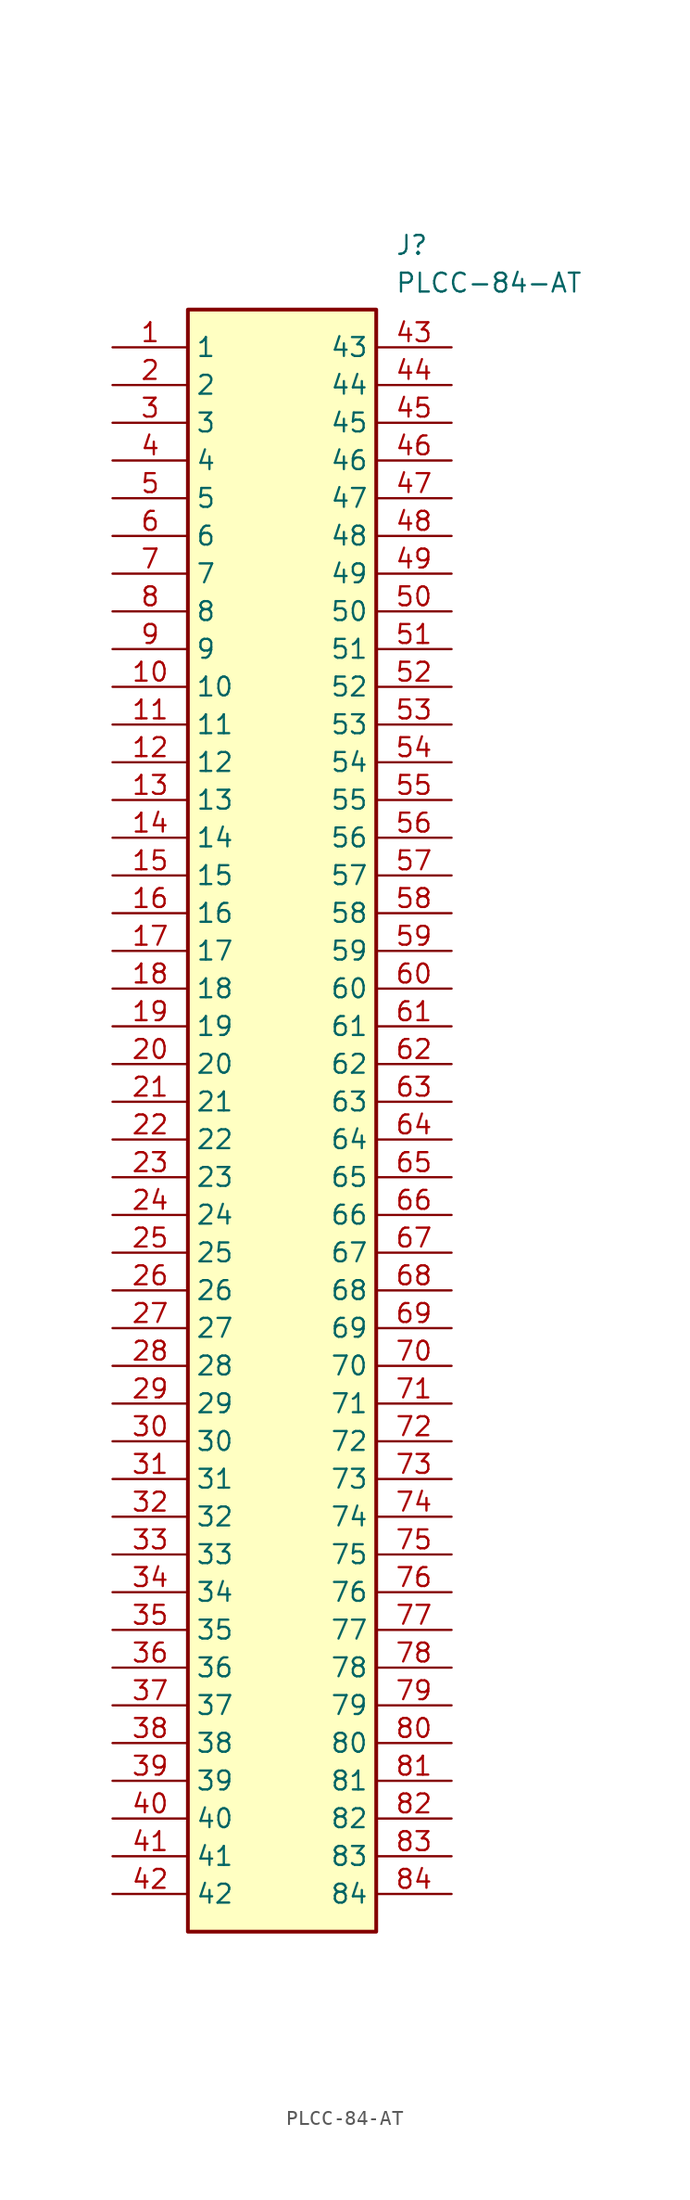
<source format=kicad_sym>
(kicad_symbol_lib
  (version 20211014)
  (generator SamacSys_ECAD_Model)
  (symbol "PLCC-84-AT"
    (property "Reference" "J"
      (at 19.05 7.62 0)
      (effects (font (size 1.27 1.27)) (justify left top)))
    (property "Value" "PLCC-84-AT"
      (at 19.05 5.08 0)
      (effects (font (size 1.27 1.27)) (justify left top)))
    (rectangle
      (start 5.08 2.54)
      (end 17.78 -106.68)
      (stroke (width 0.254) (type default))
      (fill (type background)))
    (pin passive line
      (at 0 0 0)
      (length 5.08)
      (name "1" (effects (font (size 1.27 1.27))))
      (number "1" (effects (font (size 1.27 1.27)))))
    (pin passive line
      (at 0 -2.54 0)
      (length 5.08)
      (name "2" (effects (font (size 1.27 1.27))))
      (number "2" (effects (font (size 1.27 1.27)))))
    (pin passive line
      (at 0 -5.08 0)
      (length 5.08)
      (name "3" (effects (font (size 1.27 1.27))))
      (number "3" (effects (font (size 1.27 1.27)))))
    (pin passive line
      (at 0 -7.62 0)
      (length 5.08)
      (name "4" (effects (font (size 1.27 1.27))))
      (number "4" (effects (font (size 1.27 1.27)))))
    (pin passive line
      (at 0 -10.16 0)
      (length 5.08)
      (name "5" (effects (font (size 1.27 1.27))))
      (number "5" (effects (font (size 1.27 1.27)))))
    (pin passive line
      (at 0 -12.7 0)
      (length 5.08)
      (name "6" (effects (font (size 1.27 1.27))))
      (number "6" (effects (font (size 1.27 1.27)))))
    (pin passive line
      (at 0 -15.24 0)
      (length 5.08)
      (name "7" (effects (font (size 1.27 1.27))))
      (number "7" (effects (font (size 1.27 1.27)))))
    (pin passive line
      (at 0 -17.78 0)
      (length 5.08)
      (name "8" (effects (font (size 1.27 1.27))))
      (number "8" (effects (font (size 1.27 1.27)))))
    (pin passive line
      (at 0 -20.32 0)
      (length 5.08)
      (name "9" (effects (font (size 1.27 1.27))))
      (number "9" (effects (font (size 1.27 1.27)))))
    (pin passive line
      (at 0 -22.86 0)
      (length 5.08)
      (name "10" (effects (font (size 1.27 1.27))))
      (number "10" (effects (font (size 1.27 1.27)))))
    (pin passive line
      (at 0 -25.4 0)
      (length 5.08)
      (name "11" (effects (font (size 1.27 1.27))))
      (number "11" (effects (font (size 1.27 1.27)))))
    (pin passive line
      (at 0 -27.94 0)
      (length 5.08)
      (name "12" (effects (font (size 1.27 1.27))))
      (number "12" (effects (font (size 1.27 1.27)))))
    (pin passive line
      (at 0 -30.48 0)
      (length 5.08)
      (name "13" (effects (font (size 1.27 1.27))))
      (number "13" (effects (font (size 1.27 1.27)))))
    (pin passive line
      (at 0 -33.02 0)
      (length 5.08)
      (name "14" (effects (font (size 1.27 1.27))))
      (number "14" (effects (font (size 1.27 1.27)))))
    (pin passive line
      (at 0 -35.56 0)
      (length 5.08)
      (name "15" (effects (font (size 1.27 1.27))))
      (number "15" (effects (font (size 1.27 1.27)))))
    (pin passive line
      (at 0 -38.1 0)
      (length 5.08)
      (name "16" (effects (font (size 1.27 1.27))))
      (number "16" (effects (font (size 1.27 1.27)))))
    (pin passive line
      (at 0 -40.64 0)
      (length 5.08)
      (name "17" (effects (font (size 1.27 1.27))))
      (number "17" (effects (font (size 1.27 1.27)))))
    (pin passive line
      (at 0 -43.18 0)
      (length 5.08)
      (name "18" (effects (font (size 1.27 1.27))))
      (number "18" (effects (font (size 1.27 1.27)))))
    (pin passive line
      (at 0 -45.72 0)
      (length 5.08)
      (name "19" (effects (font (size 1.27 1.27))))
      (number "19" (effects (font (size 1.27 1.27)))))
    (pin passive line
      (at 0 -48.26 0)
      (length 5.08)
      (name "20" (effects (font (size 1.27 1.27))))
      (number "20" (effects (font (size 1.27 1.27)))))
    (pin passive line
      (at 0 -50.8 0)
      (length 5.08)
      (name "21" (effects (font (size 1.27 1.27))))
      (number "21" (effects (font (size 1.27 1.27)))))
    (pin passive line
      (at 0 -53.34 0)
      (length 5.08)
      (name "22" (effects (font (size 1.27 1.27))))
      (number "22" (effects (font (size 1.27 1.27)))))
    (pin passive line
      (at 0 -55.88 0)
      (length 5.08)
      (name "23" (effects (font (size 1.27 1.27))))
      (number "23" (effects (font (size 1.27 1.27)))))
    (pin passive line
      (at 0 -58.42 0)
      (length 5.08)
      (name "24" (effects (font (size 1.27 1.27))))
      (number "24" (effects (font (size 1.27 1.27)))))
    (pin passive line
      (at 0 -60.96 0)
      (length 5.08)
      (name "25" (effects (font (size 1.27 1.27))))
      (number "25" (effects (font (size 1.27 1.27)))))
    (pin passive line
      (at 0 -63.5 0)
      (length 5.08)
      (name "26" (effects (font (size 1.27 1.27))))
      (number "26" (effects (font (size 1.27 1.27)))))
    (pin passive line
      (at 0 -66.04 0)
      (length 5.08)
      (name "27" (effects (font (size 1.27 1.27))))
      (number "27" (effects (font (size 1.27 1.27)))))
    (pin passive line
      (at 0 -68.58 0)
      (length 5.08)
      (name "28" (effects (font (size 1.27 1.27))))
      (number "28" (effects (font (size 1.27 1.27)))))
    (pin passive line
      (at 0 -71.12 0)
      (length 5.08)
      (name "29" (effects (font (size 1.27 1.27))))
      (number "29" (effects (font (size 1.27 1.27)))))
    (pin passive line
      (at 0 -73.66 0)
      (length 5.08)
      (name "30" (effects (font (size 1.27 1.27))))
      (number "30" (effects (font (size 1.27 1.27)))))
    (pin passive line
      (at 0 -76.2 0)
      (length 5.08)
      (name "31" (effects (font (size 1.27 1.27))))
      (number "31" (effects (font (size 1.27 1.27)))))
    (pin passive line
      (at 0 -78.74 0)
      (length 5.08)
      (name "32" (effects (font (size 1.27 1.27))))
      (number "32" (effects (font (size 1.27 1.27)))))
    (pin passive line
      (at 0 -81.28 0)
      (length 5.08)
      (name "33" (effects (font (size 1.27 1.27))))
      (number "33" (effects (font (size 1.27 1.27)))))
    (pin passive line
      (at 0 -83.82 0)
      (length 5.08)
      (name "34" (effects (font (size 1.27 1.27))))
      (number "34" (effects (font (size 1.27 1.27)))))
    (pin passive line
      (at 0 -86.36 0)
      (length 5.08)
      (name "35" (effects (font (size 1.27 1.27))))
      (number "35" (effects (font (size 1.27 1.27)))))
    (pin passive line
      (at 0 -88.9 0)
      (length 5.08)
      (name "36" (effects (font (size 1.27 1.27))))
      (number "36" (effects (font (size 1.27 1.27)))))
    (pin passive line
      (at 0 -91.44 0)
      (length 5.08)
      (name "37" (effects (font (size 1.27 1.27))))
      (number "37" (effects (font (size 1.27 1.27)))))
    (pin passive line
      (at 0 -93.98 0)
      (length 5.08)
      (name "38" (effects (font (size 1.27 1.27))))
      (number "38" (effects (font (size 1.27 1.27)))))
    (pin passive line
      (at 0 -96.52 0)
      (length 5.08)
      (name "39" (effects (font (size 1.27 1.27))))
      (number "39" (effects (font (size 1.27 1.27)))))
    (pin passive line
      (at 0 -99.06 0)
      (length 5.08)
      (name "40" (effects (font (size 1.27 1.27))))
      (number "40" (effects (font (size 1.27 1.27)))))
    (pin passive line
      (at 0 -101.6 0)
      (length 5.08)
      (name "41" (effects (font (size 1.27 1.27))))
      (number "41" (effects (font (size 1.27 1.27)))))
    (pin passive line
      (at 0 -104.14 0)
      (length 5.08)
      (name "42" (effects (font (size 1.27 1.27))))
      (number "42" (effects (font (size 1.27 1.27)))))
    (pin passive line
      (at 22.86 0 180)
      (length 5.08)
      (name "43" (effects (font (size 1.27 1.27))))
      (number "43" (effects (font (size 1.27 1.27)))))
    (pin passive line
      (at 22.86 -2.54 180)
      (length 5.08)
      (name "44" (effects (font (size 1.27 1.27))))
      (number "44" (effects (font (size 1.27 1.27)))))
    (pin passive line
      (at 22.86 -5.08 180)
      (length 5.08)
      (name "45" (effects (font (size 1.27 1.27))))
      (number "45" (effects (font (size 1.27 1.27)))))
    (pin passive line
      (at 22.86 -7.62 180)
      (length 5.08)
      (name "46" (effects (font (size 1.27 1.27))))
      (number "46" (effects (font (size 1.27 1.27)))))
    (pin passive line
      (at 22.86 -10.16 180)
      (length 5.08)
      (name "47" (effects (font (size 1.27 1.27))))
      (number "47" (effects (font (size 1.27 1.27)))))
    (pin passive line
      (at 22.86 -12.7 180)
      (length 5.08)
      (name "48" (effects (font (size 1.27 1.27))))
      (number "48" (effects (font (size 1.27 1.27)))))
    (pin passive line
      (at 22.86 -15.24 180)
      (length 5.08)
      (name "49" (effects (font (size 1.27 1.27))))
      (number "49" (effects (font (size 1.27 1.27)))))
    (pin passive line
      (at 22.86 -17.78 180)
      (length 5.08)
      (name "50" (effects (font (size 1.27 1.27))))
      (number "50" (effects (font (size 1.27 1.27)))))
    (pin passive line
      (at 22.86 -20.32 180)
      (length 5.08)
      (name "51" (effects (font (size 1.27 1.27))))
      (number "51" (effects (font (size 1.27 1.27)))))
    (pin passive line
      (at 22.86 -22.86 180)
      (length 5.08)
      (name "52" (effects (font (size 1.27 1.27))))
      (number "52" (effects (font (size 1.27 1.27)))))
    (pin passive line
      (at 22.86 -25.4 180)
      (length 5.08)
      (name "53" (effects (font (size 1.27 1.27))))
      (number "53" (effects (font (size 1.27 1.27)))))
    (pin passive line
      (at 22.86 -27.94 180)
      (length 5.08)
      (name "54" (effects (font (size 1.27 1.27))))
      (number "54" (effects (font (size 1.27 1.27)))))
    (pin passive line
      (at 22.86 -30.48 180)
      (length 5.08)
      (name "55" (effects (font (size 1.27 1.27))))
      (number "55" (effects (font (size 1.27 1.27)))))
    (pin passive line
      (at 22.86 -33.02 180)
      (length 5.08)
      (name "56" (effects (font (size 1.27 1.27))))
      (number "56" (effects (font (size 1.27 1.27)))))
    (pin passive line
      (at 22.86 -35.56 180)
      (length 5.08)
      (name "57" (effects (font (size 1.27 1.27))))
      (number "57" (effects (font (size 1.27 1.27)))))
    (pin passive line
      (at 22.86 -38.1 180)
      (length 5.08)
      (name "58" (effects (font (size 1.27 1.27))))
      (number "58" (effects (font (size 1.27 1.27)))))
    (pin passive line
      (at 22.86 -40.64 180)
      (length 5.08)
      (name "59" (effects (font (size 1.27 1.27))))
      (number "59" (effects (font (size 1.27 1.27)))))
    (pin passive line
      (at 22.86 -43.18 180)
      (length 5.08)
      (name "60" (effects (font (size 1.27 1.27))))
      (number "60" (effects (font (size 1.27 1.27)))))
    (pin passive line
      (at 22.86 -45.72 180)
      (length 5.08)
      (name "61" (effects (font (size 1.27 1.27))))
      (number "61" (effects (font (size 1.27 1.27)))))
    (pin passive line
      (at 22.86 -48.26 180)
      (length 5.08)
      (name "62" (effects (font (size 1.27 1.27))))
      (number "62" (effects (font (size 1.27 1.27)))))
    (pin passive line
      (at 22.86 -50.8 180)
      (length 5.08)
      (name "63" (effects (font (size 1.27 1.27))))
      (number "63" (effects (font (size 1.27 1.27)))))
    (pin passive line
      (at 22.86 -53.34 180)
      (length 5.08)
      (name "64" (effects (font (size 1.27 1.27))))
      (number "64" (effects (font (size 1.27 1.27)))))
    (pin passive line
      (at 22.86 -55.88 180)
      (length 5.08)
      (name "65" (effects (font (size 1.27 1.27))))
      (number "65" (effects (font (size 1.27 1.27)))))
    (pin passive line
      (at 22.86 -58.42 180)
      (length 5.08)
      (name "66" (effects (font (size 1.27 1.27))))
      (number "66" (effects (font (size 1.27 1.27)))))
    (pin passive line
      (at 22.86 -60.96 180)
      (length 5.08)
      (name "67" (effects (font (size 1.27 1.27))))
      (number "67" (effects (font (size 1.27 1.27)))))
    (pin passive line
      (at 22.86 -63.5 180)
      (length 5.08)
      (name "68" (effects (font (size 1.27 1.27))))
      (number "68" (effects (font (size 1.27 1.27)))))
    (pin passive line
      (at 22.86 -66.04 180)
      (length 5.08)
      (name "69" (effects (font (size 1.27 1.27))))
      (number "69" (effects (font (size 1.27 1.27)))))
    (pin passive line
      (at 22.86 -68.58 180)
      (length 5.08)
      (name "70" (effects (font (size 1.27 1.27))))
      (number "70" (effects (font (size 1.27 1.27)))))
    (pin passive line
      (at 22.86 -71.12 180)
      (length 5.08)
      (name "71" (effects (font (size 1.27 1.27))))
      (number "71" (effects (font (size 1.27 1.27)))))
    (pin passive line
      (at 22.86 -73.66 180)
      (length 5.08)
      (name "72" (effects (font (size 1.27 1.27))))
      (number "72" (effects (font (size 1.27 1.27)))))
    (pin passive line
      (at 22.86 -76.2 180)
      (length 5.08)
      (name "73" (effects (font (size 1.27 1.27))))
      (number "73" (effects (font (size 1.27 1.27)))))
    (pin passive line
      (at 22.86 -78.74 180)
      (length 5.08)
      (name "74" (effects (font (size 1.27 1.27))))
      (number "74" (effects (font (size 1.27 1.27)))))
    (pin passive line
      (at 22.86 -81.28 180)
      (length 5.08)
      (name "75" (effects (font (size 1.27 1.27))))
      (number "75" (effects (font (size 1.27 1.27)))))
    (pin passive line
      (at 22.86 -83.82 180)
      (length 5.08)
      (name "76" (effects (font (size 1.27 1.27))))
      (number "76" (effects (font (size 1.27 1.27)))))
    (pin passive line
      (at 22.86 -86.36 180)
      (length 5.08)
      (name "77" (effects (font (size 1.27 1.27))))
      (number "77" (effects (font (size 1.27 1.27)))))
    (pin passive line
      (at 22.86 -88.9 180)
      (length 5.08)
      (name "78" (effects (font (size 1.27 1.27))))
      (number "78" (effects (font (size 1.27 1.27)))))
    (pin passive line
      (at 22.86 -91.44 180)
      (length 5.08)
      (name "79" (effects (font (size 1.27 1.27))))
      (number "79" (effects (font (size 1.27 1.27)))))
    (pin passive line
      (at 22.86 -93.98 180)
      (length 5.08)
      (name "80" (effects (font (size 1.27 1.27))))
      (number "80" (effects (font (size 1.27 1.27)))))
    (pin passive line
      (at 22.86 -96.52 180)
      (length 5.08)
      (name "81" (effects (font (size 1.27 1.27))))
      (number "81" (effects (font (size 1.27 1.27)))))
    (pin passive line
      (at 22.86 -99.06 180)
      (length 5.08)
      (name "82" (effects (font (size 1.27 1.27))))
      (number "82" (effects (font (size 1.27 1.27)))))
    (pin passive line
      (at 22.86 -101.6 180)
      (length 5.08)
      (name "83" (effects (font (size 1.27 1.27))))
      (number "83" (effects (font (size 1.27 1.27)))))
    (pin passive line
      (at 22.86 -104.14 180)
      (length 5.08)
      (name "84" (effects (font (size 1.27 1.27))))
      (number "84" (effects (font (size 1.27 1.27)))))))
</source>
